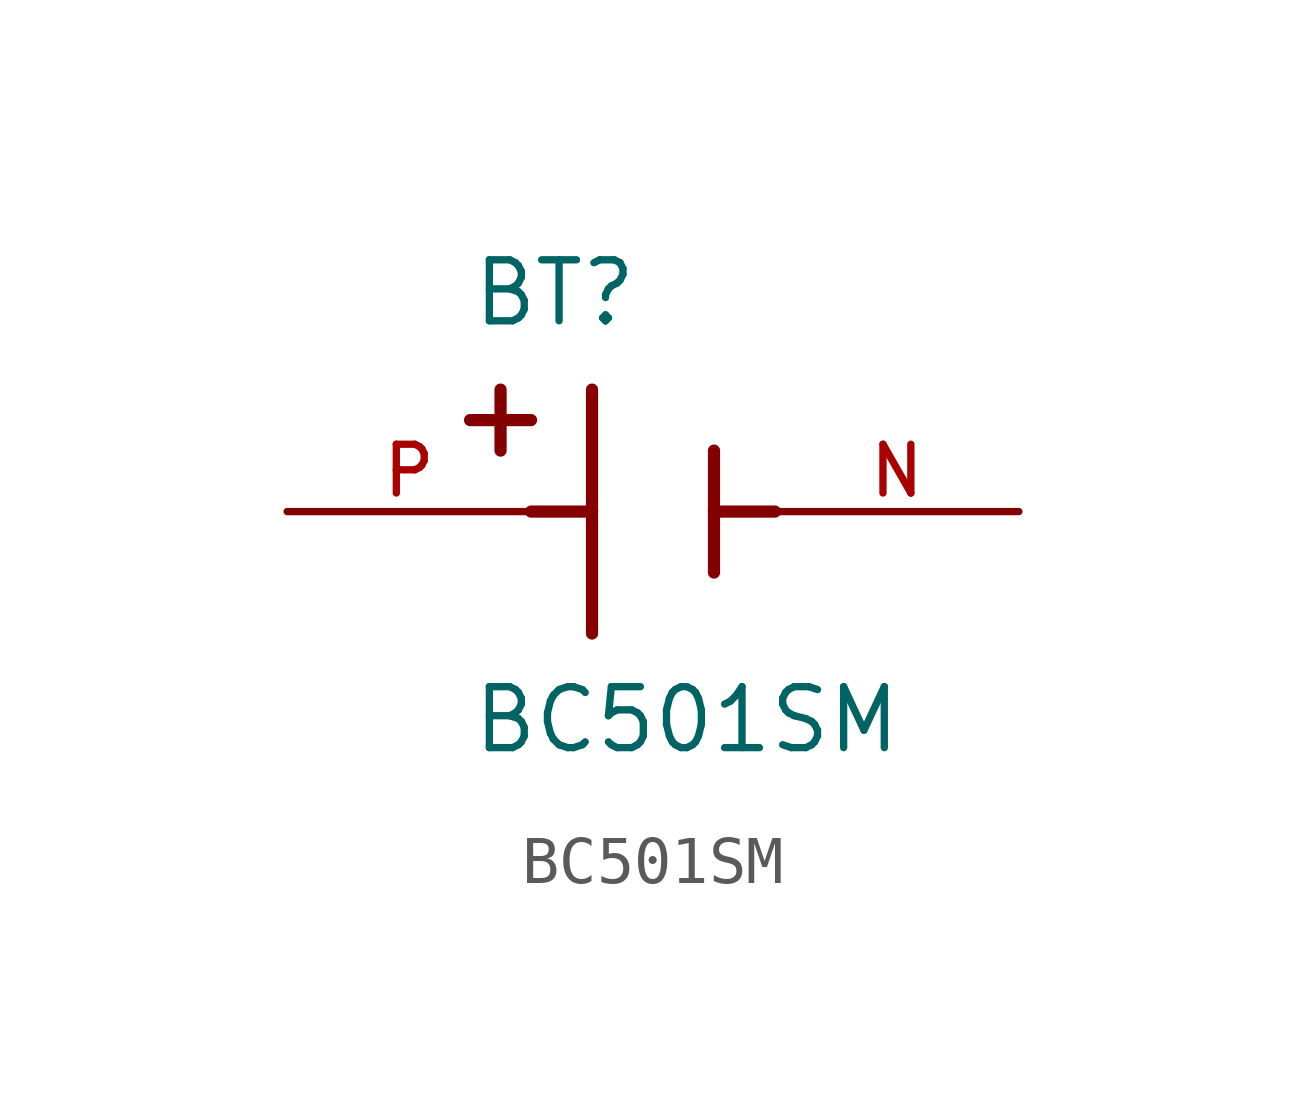
<source format=kicad_sym>
(kicad_symbol_lib
  (version 20211014)
  (generator kicad_symbol_editor)
  (symbol "BC501SM"
    (pin_names
      (offset 1.016))
    (property "Reference" "BT"
      (at -3.81 3.81 0)
      (effects (font (size 1.27 1.27)) (justify bottom left)))
    (property "Value" "BC501SM"
      (at -3.81 -5.08 0)
      (effects (font (size 1.27 1.27)) (justify bottom left)))
    (symbol "BC501SM_0_0"
      (polyline (pts (xy -1.27 2.54) (xy -1.27 0.0)) (stroke (width 0.254)))
      (polyline (pts (xy -1.27 0.0) (xy -1.27 -2.54)) (stroke (width 0.254)))
      (polyline (pts (xy 1.27 1.27) (xy 1.27 0.0)) (stroke (width 0.254)))
      (polyline (pts (xy 1.27 0.0) (xy 1.27 -1.27)) (stroke (width 0.254)))
      (polyline (pts (xy -1.27 0.0) (xy -2.54 0.0)) (stroke (width 0.254)))
      (polyline (pts (xy 1.27 0.0) (xy 2.54 0.0)) (stroke (width 0.254)))
      (polyline (pts (xy -3.175 2.54) (xy -3.175 1.27)) (stroke (width 0.254)))
      (polyline (pts (xy -3.81 1.905) (xy -2.54 1.905)) (stroke (width 0.254)))
      (pin passive line (at -7.62 0.0 0) (length 5.08) (name "~" (effects (font (size 1.016 1.016)))) (number "P" (effects (font (size 1.016 1.016)))))
      (pin passive line (at 7.62 0.0 180.0) (length 5.08) (name "~" (effects (font (size 1.016 1.016)))) (number "N" (effects (font (size 1.016 1.016))))))))
</source>
